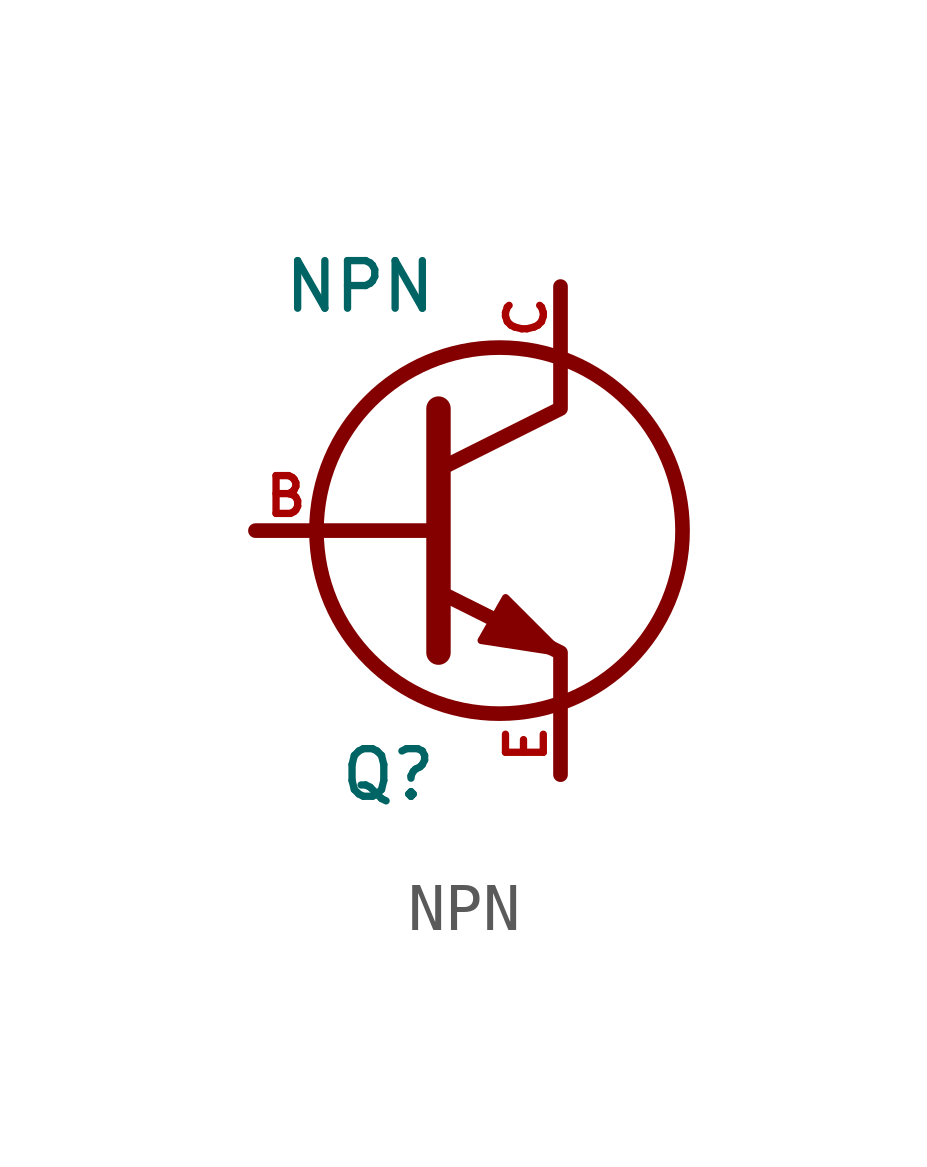
<source format=kicad_sym>
(kicad_symbol_lib
  (version 20220914)
  (generator kicad_symbol_editor)
  (symbol "NPN"
    (pin_names
      (offset 1.016) hide)
    (property "Reference" "Q"
      (at 0 -5.08 0)
      (effects (font (size 0.991 0.991)) (justify right)))
    (property "Value" "NPN"
      (at 0 5.08 0)
      (effects (font (size 0.991 0.991)) (justify right)))
    (property "Footprint" ""
      (at 0 0 0)
      (effects (font (size 1.524 1.524))))
    (property "Datasheet" ""
      (at 0 0 0)
      (effects (font (size 1.524 1.524))))
    (symbol "NPN_0_0"
      (polyline (pts (xy 0 0) (xy -3.81 0)) (stroke (width 0.305) (type default)) (fill (type none)))
      (polyline (pts (xy 0 2.54) (xy 0 -2.54)) (stroke (width 0.508) (type default)) (fill (type none)))
      (polyline (pts (xy 0 -1.27) (xy 2.54 -2.54) (xy 2.54 -5.08)) (stroke (width 0.305) (type default)) (fill (type none)))
      (polyline (pts (xy 0 1.27) (xy 2.54 2.54) (xy 2.54 5.08)) (stroke (width 0.305) (type default)) (fill (type none)))
      (polyline (pts (xy 0.889 -2.286) (xy 1.397 -1.397) (xy 2.54 -2.54) (xy 0.889 -2.286)) (stroke (width 0) (type default)) (fill (type outline)))
      (circle (center 1.27 0) (radius 3.81) (stroke (width 0.305) (type default)) (fill (type none)))
      (pin input line (at -3.81 0 0) (length 1.27) (name "B" (effects (font (size 0.787 0.787)))) (number "B" (effects (font (size 0.787 0.787))))))
    (symbol "NPN_1_0"
      (pin passive line (at 2.54 5.08 270) (length 1.27) (name "C" (effects (font (size 0.787 0.787)))) (number "C" (effects (font (size 0.787 0.787)))))
      (pin passive line (at 2.54 -5.08 90) (length 1.27) (name "E" (effects (font (size 0.787 0.787)))) (number "E" (effects (font (size 0.787 0.787))))))))
</source>
